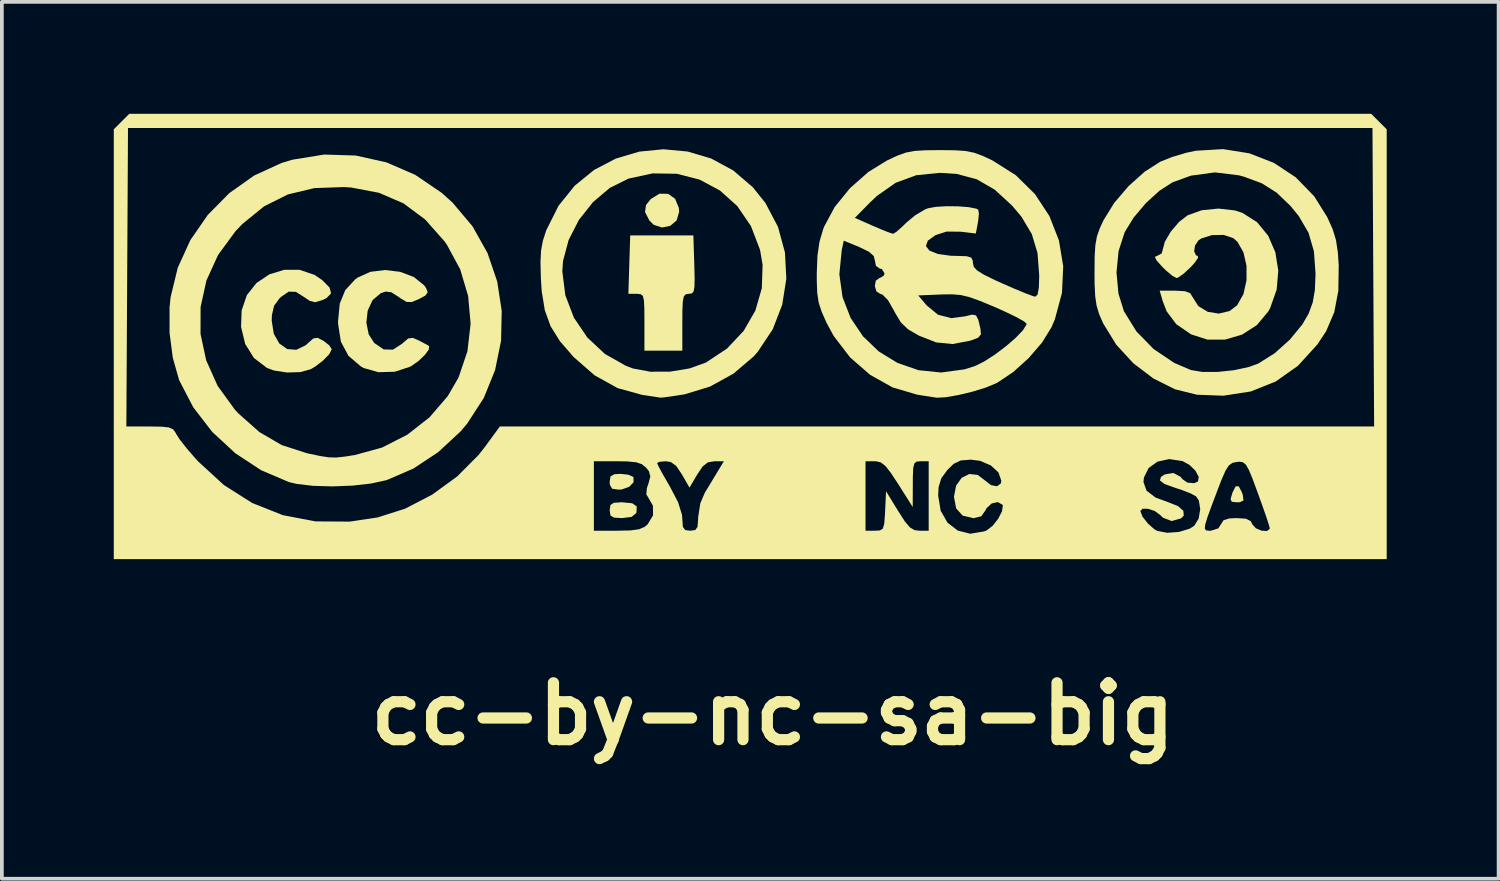
<source format=kicad_pcb>
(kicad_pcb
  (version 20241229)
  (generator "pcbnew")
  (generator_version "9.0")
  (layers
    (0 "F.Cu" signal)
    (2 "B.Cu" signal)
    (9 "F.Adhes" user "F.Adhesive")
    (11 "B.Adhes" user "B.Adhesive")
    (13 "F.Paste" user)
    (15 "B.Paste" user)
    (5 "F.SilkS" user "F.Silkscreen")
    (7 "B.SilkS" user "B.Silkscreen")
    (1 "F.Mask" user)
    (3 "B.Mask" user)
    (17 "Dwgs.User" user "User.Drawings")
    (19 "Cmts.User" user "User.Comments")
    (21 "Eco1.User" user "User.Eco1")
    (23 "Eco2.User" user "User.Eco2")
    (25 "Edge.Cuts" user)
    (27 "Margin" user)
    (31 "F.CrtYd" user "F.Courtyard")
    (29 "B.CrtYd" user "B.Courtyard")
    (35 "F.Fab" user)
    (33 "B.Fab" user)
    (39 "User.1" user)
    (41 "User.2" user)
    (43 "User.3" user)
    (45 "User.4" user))
  (footprint "cc-by-nc-sa-big"
    (layer "F.Cu")
    (at 17.018 5.927)
    (property "Reference" "cc-by-nc-sa-big" (at 0.646 10.16 0) (layer "F.SilkS") (effects (font (size 1.524 1.524) (thickness 0.3))))
    (attr board_only exclude_from_pos_files exclude_from_bom)
    (fp_poly (pts (xy 13.224 4.226) (xy 13.247 4.297) (xy 13.264 4.438) (xy 13.167 4.485) (xy 13.091 4.487) (xy 12.95 4.474) (xy 12.918 4.401) (xy 12.969 4.227) (xy 13.054 4.059) (xy 13.138 4.059)) (stroke (width 0) (type solid)) (fill yes) (layer "F.SilkS"))
    (fp_poly (pts (xy -3.222 3.749) (xy -3.094 3.806) (xy -3.088 3.814) (xy -3.084 3.95) (xy -3.203 4.072) (xy -3.403 4.143) (xy -3.482 4.149) (xy -3.658 4.124) (xy -3.721 4.018) (xy -3.725 3.937) (xy -3.703 3.793) (xy -3.601 3.735) (xy -3.434 3.725)) (stroke (width 0) (type solid)) (fill yes) (layer "F.SilkS"))
    (fp_poly (pts (xy -2.159 -3.782) (xy -1.972 -3.649) (xy -1.871 -3.405) (xy -1.863 -3.299) (xy -1.931 -3.068) (xy -2.102 -2.923) (xy -2.323 -2.879) (xy -2.543 -2.95) (xy -2.662 -3.067) (xy -2.778 -3.294) (xy -2.752 -3.48) (xy -2.625 -3.641) (xy -2.39 -3.785)) (stroke (width 0) (type solid)) (fill yes) (layer "F.SilkS"))
    (fp_poly (pts (xy -3.122 4.513) (xy -2.999 4.599) (xy -3.007 4.756) (xy -3.014 4.776) (xy -3.138 4.879) (xy -3.396 4.911) (xy -3.61 4.898) (xy -3.704 4.841) (xy -3.725 4.707) (xy -3.725 4.699) (xy -3.706 4.562) (xy -3.618 4.501) (xy -3.412 4.487) (xy -3.392 4.487)) (stroke (width 0) (type solid)) (fill yes) (layer "F.SilkS"))
    (fp_poly (pts (xy -1.457 -1.884) (xy -1.448 -1.517) (xy -1.453 -1.286) (xy -1.477 -1.162) (xy -1.527 -1.11) (xy -1.605 -1.101) (xy -1.687 -1.089) (xy -1.738 -1.031) (xy -1.765 -0.895) (xy -1.776 -0.65) (xy -1.778 -0.339) (xy -1.778 0.423) (xy -2.794 0.423) (xy -2.794 -0.339) (xy -2.796 -0.699) (xy -2.807 -0.923) (xy -2.836 -1.043) (xy -2.893 -1.091) (xy -2.987 -1.101) (xy -3.009 -1.101) (xy -3.224 -1.101) (xy -3.175 -2.667) (xy -1.482 -2.667)) (stroke (width 0) (type solid)) (fill yes) (layer "F.SilkS"))
    (fp_poly (pts (xy -12.037 -1.744) (xy -11.637 -1.609) (xy -11.427 -1.466) (xy -11.232 -1.266) (xy -11.194 -1.113) (xy -11.313 -0.988) (xy -11.427 -0.933) (xy -11.621 -0.875) (xy -11.774 -0.916) (xy -11.904 -1.007) (xy -12.138 -1.154) (xy -12.33 -1.159) (xy -12.531 -1.022) (xy -12.577 -0.978) (xy -12.721 -0.781) (xy -12.779 -0.532) (xy -12.785 -0.381) (xy -12.729 -0.03) (xy -12.582 0.229) (xy -12.372 0.379) (xy -12.126 0.4) (xy -11.874 0.277) (xy -11.816 0.224) (xy -11.669 0.095) (xy -11.553 0.079) (xy -11.397 0.159) (xy -11.24 0.282) (xy -11.176 0.386) (xy -11.241 0.515) (xy -11.404 0.684) (xy -11.618 0.848) (xy -11.742 0.921) (xy -12.021 0.998) (xy -12.375 1.008) (xy -12.723 0.955) (xy -12.912 0.886) (xy -13.261 0.619) (xy -13.496 0.243) (xy -13.606 -0.215) (xy -13.591 -0.654) (xy -13.452 -1.064) (xy -13.194 -1.391) (xy -12.849 -1.622) (xy -12.452 -1.744)) (stroke (width 0) (type solid)) (fill yes) (layer "F.SilkS"))
    (fp_poly (pts (xy -9.34 -1.69) (xy -8.975 -1.552) (xy -8.7 -1.331) (xy -8.649 -1.259) (xy -8.603 -1.144) (xy -8.662 -1.057) (xy -8.836 -0.962) (xy -9.033 -0.88) (xy -9.17 -0.884) (xy -9.335 -0.983) (xy -9.385 -1.02) (xy -9.58 -1.143) (xy -9.731 -1.162) (xy -9.863 -1.116) (xy -10.08 -0.933) (xy -10.211 -0.653) (xy -10.248 -0.329) (xy -10.185 -0.015) (xy -10.037 0.216) (xy -9.782 0.39) (xy -9.533 0.395) (xy -9.283 0.232) (xy -9.277 0.225) (xy -9.127 0.096) (xy -9.001 0.08) (xy -8.836 0.152) (xy -8.661 0.244) (xy -8.568 0.298) (xy -8.567 0.299) (xy -8.572 0.39) (xy -8.679 0.537) (xy -8.85 0.7) (xy -9.047 0.838) (xy -9.077 0.854) (xy -9.489 0.988) (xy -9.923 1) (xy -10.316 0.889) (xy -10.394 0.847) (xy -10.729 0.56) (xy -10.931 0.181) (xy -11.006 -0.302) (xy -11.006 -0.364) (xy -10.961 -0.837) (xy -10.814 -1.199) (xy -10.549 -1.486) (xy -10.48 -1.537) (xy -10.142 -1.69) (xy -9.745 -1.739)) (stroke (width 0) (type solid)) (fill yes) (layer "F.SilkS"))
    (fp_poly (pts (xy 13.033 -3.336) (xy 13.233 -3.272) (xy 13.628 -3.021) (xy 13.926 -2.658) (xy 14.118 -2.215) (xy 14.197 -1.723) (xy 14.154 -1.216) (xy 13.981 -0.724) (xy 13.927 -0.626) (xy 13.623 -0.262) (xy 13.224 -0.007) (xy 12.769 0.126) (xy 12.299 0.127) (xy 11.858 -0.015) (xy 11.463 -0.287) (xy 11.205 -0.631) (xy 11.097 -0.91) (xy 11.018 -1.185) (xy 11.43 -1.185) (xy 11.694 -1.171) (xy 11.835 -1.119) (xy 11.892 -1.027) (xy 12.051 -0.774) (xy 12.304 -0.619) (xy 12.601 -0.571) (xy 12.892 -0.64) (xy 13.094 -0.794) (xy 13.263 -1.094) (xy 13.346 -1.463) (xy 13.345 -1.852) (xy 13.263 -2.213) (xy 13.103 -2.495) (xy 12.991 -2.593) (xy 12.732 -2.68) (xy 12.419 -2.675) (xy 12.136 -2.586) (xy 12.057 -2.534) (xy 11.965 -2.395) (xy 11.942 -2.238) (xy 11.993 -2.13) (xy 12.039 -2.117) (xy 12.046 -2.064) (xy 11.952 -1.929) (xy 11.853 -1.82) (xy 11.667 -1.647) (xy 11.518 -1.54) (xy 11.472 -1.524) (xy 11.363 -1.58) (xy 11.19 -1.724) (xy 11.091 -1.82) (xy 10.93 -2.002) (xy 10.89 -2.094) (xy 10.948 -2.117) (xy 11.07 -2.182) (xy 11.091 -2.253) (xy 11.155 -2.494) (xy 11.318 -2.772) (xy 11.541 -3.032) (xy 11.769 -3.207) (xy 12.147 -3.342) (xy 12.593 -3.386)) (stroke (width 0) (type solid)) (fill yes) (layer "F.SilkS"))
    (fp_poly (pts (xy -1.635 -4.915) (xy -1.005 -4.728) (xy -0.416 -4.41) (xy 0.11 -3.96) (xy 0.449 -3.537) (xy 0.786 -2.896) (xy 0.973 -2.21) (xy 1.01 -1.506) (xy 0.9 -0.811) (xy 0.646 -0.151) (xy 0.248 0.447) (xy 0.132 0.579) (xy -0.406 1.038) (xy -1.036 1.385) (xy -1.71 1.591) (xy -1.781 1.603) (xy -2.067 1.647) (xy -2.28 1.676) (xy -2.371 1.682) (xy -2.472 1.665) (xy -2.685 1.633) (xy -2.859 1.607) (xy -3.511 1.427) (xy -4.128 1.085) (xy -4.69 0.595) (xy -5.058 0.17) (xy -5.308 -0.23) (xy -5.464 -0.66) (xy -5.547 -1.17) (xy -5.57 -1.524) (xy -5.574 -1.704) (xy -4.995 -1.704) (xy -4.914 -1.062) (xy -4.684 -0.461) (xy -4.323 0.072) (xy -3.851 0.512) (xy -3.287 0.831) (xy -3.099 0.901) (xy -2.637 0.987) (xy -2.107 0.985) (xy -1.583 0.899) (xy -1.143 0.74) (xy -0.579 0.365) (xy -0.134 -0.107) (xy 0.18 -0.652) (xy 0.353 -1.251) (xy 0.374 -1.878) (xy 0.305 -2.28) (xy 0.061 -2.917) (xy -0.303 -3.451) (xy -0.769 -3.87) (xy -1.317 -4.163) (xy -1.926 -4.319) (xy -2.576 -4.329) (xy -3.222 -4.189) (xy -3.723 -3.94) (xy -4.174 -3.558) (xy -4.551 -3.081) (xy -4.826 -2.543) (xy -4.976 -1.98) (xy -4.995 -1.704) (xy -5.574 -1.704) (xy -5.58 -1.947) (xy -5.565 -2.26) (xy -5.516 -2.523) (xy -5.428 -2.796) (xy -5.42 -2.815) (xy -5.095 -3.463) (xy -4.663 -3.999) (xy -4.144 -4.421) (xy -3.561 -4.726) (xy -2.934 -4.912) (xy -2.285 -4.976)) (stroke (width 0) (type solid)) (fill yes) (layer "F.SilkS"))
    (fp_poly (pts (xy 13.418 -4.868) (xy 14.077 -4.612) (xy 14.665 -4.224) (xy 15.16 -3.715) (xy 15.508 -3.159) (xy 15.655 -2.833) (xy 15.744 -2.54) (xy 15.794 -2.209) (xy 15.817 -1.865) (xy 15.807 -1.186) (xy 15.698 -0.61) (xy 15.48 -0.099) (xy 15.248 0.253) (xy 14.724 0.828) (xy 14.129 1.249) (xy 13.462 1.516) (xy 12.724 1.63) (xy 12.016 1.604) (xy 11.426 1.457) (xy 10.847 1.167) (xy 10.312 0.761) (xy 9.854 0.263) (xy 9.507 -0.301) (xy 9.498 -0.32) (xy 9.392 -0.564) (xy 9.326 -0.787) (xy 9.289 -1.039) (xy 9.273 -1.371) (xy 9.271 -1.674) (xy 9.86 -1.674) (xy 9.913 -1.105) (xy 10.059 -0.635) (xy 10.393 -0.095) (xy 10.854 0.378) (xy 11.406 0.75) (xy 11.853 0.942) (xy 12.163 0.993) (xy 12.568 0.993) (xy 13.004 0.947) (xy 13.406 0.861) (xy 13.661 0.768) (xy 14.093 0.497) (xy 14.505 0.129) (xy 14.843 -0.282) (xy 15.012 -0.574) (xy 15.12 -0.87) (xy 15.178 -1.2) (xy 15.195 -1.631) (xy 15.195 -1.651) (xy 15.152 -2.242) (xy 15.008 -2.737) (xy 14.744 -3.188) (xy 14.522 -3.459) (xy 14.15 -3.815) (xy 13.757 -4.063) (xy 13.277 -4.241) (xy 13.139 -4.278) (xy 12.5 -4.356) (xy 11.855 -4.269) (xy 11.363 -4.09) (xy 11.011 -3.864) (xy 10.648 -3.533) (xy 10.321 -3.146) (xy 10.08 -2.755) (xy 10.079 -2.752) (xy 9.916 -2.246) (xy 9.86 -1.674) (xy 9.271 -1.674) (xy 9.271 -1.693) (xy 9.275 -2.11) (xy 9.294 -2.409) (xy 9.336 -2.64) (xy 9.411 -2.854) (xy 9.514 -3.077) (xy 9.8 -3.539) (xy 10.184 -3.988) (xy 10.617 -4.376) (xy 11.037 -4.644) (xy 11.35 -4.769) (xy 11.731 -4.882) (xy 11.985 -4.936) (xy 12.714 -4.98)) (stroke (width 0) (type solid)) (fill yes) (layer "F.SilkS"))
    (fp_poly (pts (xy -10.532 -4.808) (xy -9.711 -4.625) (xy -8.936 -4.289) (xy -8.227 -3.807) (xy -7.939 -3.548) (xy -7.401 -2.909) (xy -7.001 -2.196) (xy -6.74 -1.433) (xy -6.619 -0.64) (xy -6.637 0.159) (xy -6.797 0.943) (xy -7.099 1.689) (xy -7.543 2.375) (xy -7.728 2.593) (xy -8.323 3.144) (xy -8.991 3.585) (xy -9.687 3.886) (xy -9.718 3.896) (xy -10.126 3.985) (xy -10.627 4.041) (xy -11.165 4.061) (xy -11.682 4.046) (xy -12.124 3.993) (xy -12.323 3.945) (xy -13.068 3.628) (xy -13.762 3.171) (xy -14.379 2.6) (xy -14.887 1.942) (xy -15.26 1.225) (xy -15.269 1.203) (xy -15.436 0.614) (xy -15.519 -0.026) (xy -14.693 -0.026) (xy -14.54 0.685) (xy -14.234 1.367) (xy -13.774 2.001) (xy -13.677 2.106) (xy -13.115 2.605) (xy -12.515 2.954) (xy -11.844 3.171) (xy -11.832 3.174) (xy -11.494 3.245) (xy -11.256 3.282) (xy -11.053 3.287) (xy -10.82 3.262) (xy -10.551 3.219) (xy -9.824 3.019) (xy -9.149 2.675) (xy -8.554 2.209) (xy -8.065 1.64) (xy -7.776 1.142) (xy -7.538 0.438) (xy -7.453 -0.299) (xy -7.519 -1.041) (xy -7.732 -1.757) (xy -8.089 -2.417) (xy -8.154 -2.509) (xy -8.673 -3.095) (xy -9.253 -3.526) (xy -9.909 -3.809) (xy -10.652 -3.95) (xy -10.846 -3.963) (xy -11.641 -3.935) (xy -12.351 -3.765) (xy -12.99 -3.446) (xy -13.571 -2.973) (xy -13.755 -2.78) (xy -14.222 -2.144) (xy -14.534 -1.46) (xy -14.691 -0.748) (xy -14.693 -0.026) (xy -15.519 -0.026) (xy -15.523 -0.057) (xy -15.523 -0.738) (xy -15.495 -1.012) (xy -15.303 -1.8) (xy -14.965 -2.542) (xy -14.498 -3.216) (xy -13.923 -3.799) (xy -13.257 -4.271) (xy -12.522 -4.608) (xy -12.231 -4.696) (xy -11.379 -4.834)) (stroke (width 0) (type solid)) (fill yes) (layer "F.SilkS"))
    (fp_poly (pts (xy 5.526 -4.949) (xy 5.816 -4.929) (xy 6.048 -4.882) (xy 6.275 -4.798) (xy 6.535 -4.676) (xy 7.163 -4.279) (xy 7.675 -3.774) (xy 8.062 -3.185) (xy 8.317 -2.533) (xy 8.432 -1.84) (xy 8.399 -1.129) (xy 8.21 -0.422) (xy 8.117 -0.204) (xy 7.866 0.203) (xy 7.508 0.62) (xy 7.093 0.995) (xy 6.67 1.278) (xy 6.628 1.3) (xy 6.352 1.413) (xy 5.998 1.522) (xy 5.623 1.612) (xy 5.286 1.671) (xy 5.046 1.684) (xy 5.038 1.683) (xy 4.911 1.664) (xy 4.679 1.628) (xy 4.506 1.599) (xy 3.859 1.408) (xy 3.255 1.07) (xy 2.72 0.604) (xy 2.281 0.031) (xy 2.091 -0.318) (xy 1.958 -0.618) (xy 1.877 -0.866) (xy 1.838 -1.126) (xy 1.826 -1.462) (xy 1.826 -1.625) (xy 2.431 -1.625) (xy 2.516 -1.014) (xy 2.733 -0.455) (xy 3.063 0.036) (xy 3.488 0.444) (xy 3.991 0.752) (xy 4.553 0.946) (xy 5.156 1.008) (xy 5.782 0.925) (xy 6.064 0.836) (xy 6.315 0.712) (xy 6.605 0.525) (xy 6.899 0.303) (xy 7.16 0.077) (xy 7.355 -0.127) (xy 7.447 -0.278) (xy 7.45 -0.301) (xy 7.376 -0.365) (xy 7.178 -0.476) (xy 6.887 -0.617) (xy 6.602 -0.745) (xy 6.209 -0.908) (xy 5.919 -1.013) (xy 5.682 -1.069) (xy 5.446 -1.088) (xy 5.162 -1.084) (xy 5.15 -1.083) (xy 4.546 -1.058) (xy 4.773 -0.789) (xy 5.077 -0.54) (xy 5.436 -0.449) (xy 5.799 -0.497) (xy 5.99 -0.543) (xy 6.095 -0.523) (xy 6.157 -0.402) (xy 6.214 -0.161) (xy 6.226 -0.014) (xy 6.153 0.075) (xy 5.956 0.15) (xy 5.936 0.156) (xy 5.465 0.245) (xy 5.029 0.202) (xy 4.567 0.021) (xy 4.275 -0.148) (xy 4.083 -0.331) (xy 3.925 -0.592) (xy 3.895 -0.651) (xy 3.735 -0.93) (xy 3.59 -1.078) (xy 3.535 -1.096) (xy 3.427 -1.163) (xy 3.382 -1.305) (xy 3.406 -1.45) (xy 3.502 -1.523) (xy 3.514 -1.524) (xy 3.626 -1.592) (xy 3.641 -1.651) (xy 3.573 -1.763) (xy 3.514 -1.778) (xy 3.411 -1.851) (xy 3.387 -1.978) (xy 3.353 -2.115) (xy 3.229 -2.227) (xy 2.977 -2.349) (xy 2.969 -2.353) (xy 2.55 -2.526) (xy 2.495 -2.273) (xy 2.431 -1.625) (xy 1.826 -1.625) (xy 1.826 -1.651) (xy 1.844 -2.123) (xy 1.898 -2.495) (xy 1.997 -2.832) (xy 2.024 -2.903) (xy 2.15 -3.137) (xy 2.847 -3.137) (xy 3.331 -2.923) (xy 3.593 -2.811) (xy 3.792 -2.734) (xy 3.876 -2.71) (xy 3.966 -2.767) (xy 4.126 -2.909) (xy 4.22 -3.003) (xy 4.462 -3.205) (xy 4.725 -3.362) (xy 4.804 -3.393) (xy 5.015 -3.432) (xy 5.305 -3.449) (xy 5.619 -3.446) (xy 5.903 -3.423) (xy 6.102 -3.384) (xy 6.155 -3.356) (xy 6.172 -3.25) (xy 6.152 -3.05) (xy 6.145 -3.014) (xy 6.09 -2.718) (xy 5.685 -2.766) (xy 5.307 -2.77) (xy 5.01 -2.675) (xy 4.802 -2.525) (xy 4.751 -2.383) (xy 4.845 -2.26) (xy 5.072 -2.169) (xy 5.421 -2.121) (xy 5.594 -2.117) (xy 5.843 -2.109) (xy 5.967 -2.072) (xy 6.008 -1.986) (xy 6.011 -1.924) (xy 6.035 -1.824) (xy 6.124 -1.727) (xy 6.304 -1.615) (xy 6.603 -1.468) (xy 6.795 -1.382) (xy 7.135 -1.233) (xy 7.424 -1.114) (xy 7.622 -1.04) (xy 7.684 -1.024) (xy 7.745 -1.08) (xy 7.779 -1.271) (xy 7.789 -1.594) (xy 7.743 -2.194) (xy 7.591 -2.7) (xy 7.313 -3.167) (xy 7.061 -3.466) (xy 6.596 -3.893) (xy 6.117 -4.17) (xy 5.585 -4.313) (xy 5.122 -4.344) (xy 4.493 -4.28) (xy 3.942 -4.078) (xy 3.439 -3.726) (xy 3.257 -3.554) (xy 2.847 -3.137) (xy 2.15 -3.137) (xy 2.306 -3.428) (xy 2.715 -3.931) (xy 3.21 -4.368) (xy 3.71 -4.676) (xy 3.985 -4.805) (xy 4.211 -4.886) (xy 4.444 -4.931) (xy 4.74 -4.949) (xy 5.122 -4.953)) (stroke (width 0) (type solid)) (fill yes) (layer "F.SilkS"))
    (fp_poly (pts (xy 17.103 -5.511) (xy 17.103 6.011) (xy -17.018 6.011) (xy -17.018 5.249) (xy -4.149 5.249) (xy -3.514 5.249) (xy -3.164 5.241) (xy -2.937 5.21) (xy -2.788 5.146) (xy -2.709 5.08) (xy -2.563 4.837) (xy -2.566 4.578) (xy -2.666 4.404) (xy -2.743 4.273) (xy -2.728 4.106) (xy -2.691 4) (xy -2.635 3.796) (xy -2.674 3.653) (xy -2.748 3.56) (xy -2.86 3.467) (xy -2.954 3.435) (xy -2.455 3.435) (xy -2.415 3.526) (xy -2.308 3.723) (xy -2.156 3.988) (xy -2.117 4.054) (xy -1.892 4.485) (xy -1.787 4.821) (xy -1.778 4.937) (xy -1.764 5.144) (xy -1.7 5.232) (xy -1.566 5.249) (xy 3.133 5.249) (xy 3.383 5.249) (xy 3.519 5.242) (xy 3.596 5.194) (xy 3.634 5.066) (xy 3.653 4.819) (xy 3.658 4.72) (xy 3.683 4.191) (xy 4.007 4.72) (xy 4.187 5) (xy 4.323 5.161) (xy 4.448 5.234) (xy 4.578 5.249) (xy 4.826 5.249) (xy 4.826 4.308) (xy 5.08 4.308) (xy 5.147 4.715) (xy 5.331 5.034) (xy 5.604 5.245) (xy 5.94 5.33) (xy 6.311 5.268) (xy 6.383 5.238) (xy 6.542 5.116) (xy 6.69 4.926) (xy 6.792 4.726) (xy 6.793 4.722) (xy 10.499 4.722) (xy 10.559 4.875) (xy 10.704 5.059) (xy 10.878 5.212) (xy 10.952 5.254) (xy 11.22 5.305) (xy 11.538 5.281) (xy 11.824 5.194) (xy 11.83 5.19) (xy 12.227 5.19) (xy 12.257 5.237) (xy 12.327 5.249) (xy 12.392 5.249) (xy 12.59 5.186) (xy 12.658 5.08) (xy 12.729 4.969) (xy 12.884 4.92) (xy 13.081 4.911) (xy 13.328 4.927) (xy 13.457 4.991) (xy 13.504 5.08) (xy 13.595 5.183) (xy 13.747 5.247) (xy 13.894 5.257) (xy 13.969 5.198) (xy 13.97 5.186) (xy 13.943 5.085) (xy 13.869 4.86) (xy 13.76 4.548) (xy 13.653 4.252) (xy 13.512 3.87) (xy 13.41 3.622) (xy 13.328 3.478) (xy 13.25 3.414) (xy 13.157 3.4) (xy 13.09 3.405) (xy 12.969 3.43) (xy 12.873 3.498) (xy 12.782 3.64) (xy 12.673 3.889) (xy 12.573 4.149) (xy 12.408 4.586) (xy 12.298 4.888) (xy 12.239 5.081) (xy 12.227 5.19) (xy 11.83 5.19) (xy 11.945 5.116) (xy 12.063 4.923) (xy 12.105 4.673) (xy 12.068 4.44) (xy 11.991 4.327) (xy 11.847 4.249) (xy 11.604 4.154) (xy 11.441 4.102) (xy 11.151 3.998) (xy 11.024 3.902) (xy 11.053 3.806) (xy 11.155 3.74) (xy 11.385 3.701) (xy 11.581 3.806) (xy 11.625 3.865) (xy 11.759 3.959) (xy 11.94 3.976) (xy 12.045 3.929) (xy 12.065 3.806) (xy 11.977 3.642) (xy 11.816 3.484) (xy 11.629 3.382) (xy 11.274 3.329) (xy 10.96 3.397) (xy 10.722 3.568) (xy 10.595 3.823) (xy 10.583 3.943) (xy 10.665 4.175) (xy 10.908 4.361) (xy 11.244 4.484) (xy 11.507 4.588) (xy 11.653 4.716) (xy 11.663 4.845) (xy 11.591 4.918) (xy 11.341 4.99) (xy 11.106 4.9) (xy 11.029 4.826) (xy 10.886 4.721) (xy 10.709 4.662) (xy 10.559 4.659) (xy 10.499 4.722) (xy 6.793 4.722) (xy 6.813 4.573) (xy 6.805 4.554) (xy 6.679 4.481) (xy 6.514 4.519) (xy 6.376 4.646) (xy 6.35 4.699) (xy 6.237 4.862) (xy 6.036 4.911) (xy 6.019 4.911) (xy 5.736 4.844) (xy 5.562 4.651) (xy 5.503 4.34) (xy 5.561 4.041) (xy 5.71 3.831) (xy 5.915 3.729) (xy 6.14 3.753) (xy 6.327 3.895) (xy 6.497 4.028) (xy 6.658 4.058) (xy 6.76 3.982) (xy 6.773 3.909) (xy 6.696 3.687) (xy 6.492 3.499) (xy 6.205 3.376) (xy 5.955 3.344) (xy 5.686 3.366) (xy 5.496 3.456) (xy 5.327 3.621) (xy 5.163 3.844) (xy 5.092 4.078) (xy 5.08 4.308) (xy 4.826 4.308) (xy 4.826 3.387) (xy 4.614 3.387) (xy 4.505 3.395) (xy 4.442 3.444) (xy 4.411 3.571) (xy 4.401 3.811) (xy 4.4 4) (xy 4.398 4.614) (xy 4.01 4) (xy 3.81 3.696) (xy 3.664 3.511) (xy 3.542 3.418) (xy 3.415 3.388) (xy 3.377 3.387) (xy 3.133 3.387) (xy 3.133 5.249) (xy -1.566 5.249) (xy -1.433 5.232) (xy -1.372 5.15) (xy -1.355 4.956) (xy -1.354 4.889) (xy -1.296 4.515) (xy -1.176 4.233) (xy -1.009 3.957) (xy -0.843 3.682) (xy -0.831 3.662) (xy -0.664 3.387) (xy -0.916 3.387) (xy -1.093 3.416) (xy -1.235 3.528) (xy -1.377 3.741) (xy -1.586 4.094) (xy -1.788 3.741) (xy -1.941 3.513) (xy -2.087 3.408) (xy -2.223 3.387) (xy -2.392 3.402) (xy -2.455 3.435) (xy -2.954 3.435) (xy -3.017 3.414) (xy -3.264 3.391) (xy -3.527 3.387) (xy -4.149 3.387) (xy -4.149 5.249) (xy -17.018 5.249) (xy -17.018 2.455) (xy -16.681 2.455) (xy -16.059 2.455) (xy -15.734 2.46) (xy -15.538 2.482) (xy -15.427 2.532) (xy -15.361 2.623) (xy -15.346 2.654) (xy -15.248 2.807) (xy -15.066 3.038) (xy -14.835 3.306) (xy -14.761 3.388) (xy -14.067 4.024) (xy -13.305 4.507) (xy -12.483 4.833) (xy -11.61 4.999) (xy -10.693 5.005) (xy -9.948 4.894) (xy -9.207 4.658) (xy -8.481 4.281) (xy -7.811 3.793) (xy -7.24 3.219) (xy -7.077 3.012) (xy -6.669 2.455) (xy 16.766 2.455) (xy 16.722 -5.546) (xy -16.637 -5.546) (xy -16.681 2.455) (xy -17.018 2.455) (xy -17.018 -5.511) (xy -16.602 -5.927) (xy 16.687 -5.927)) (stroke (width 0) (type solid)) (fill yes) (layer "F.SilkS")))
  (gr_rect
    (start -3 -3)
    (end 37.121 20.505)
    (stroke (width 0.1) (type default))
    (fill no)
    (layer "Edge.Cuts")))
</source>
